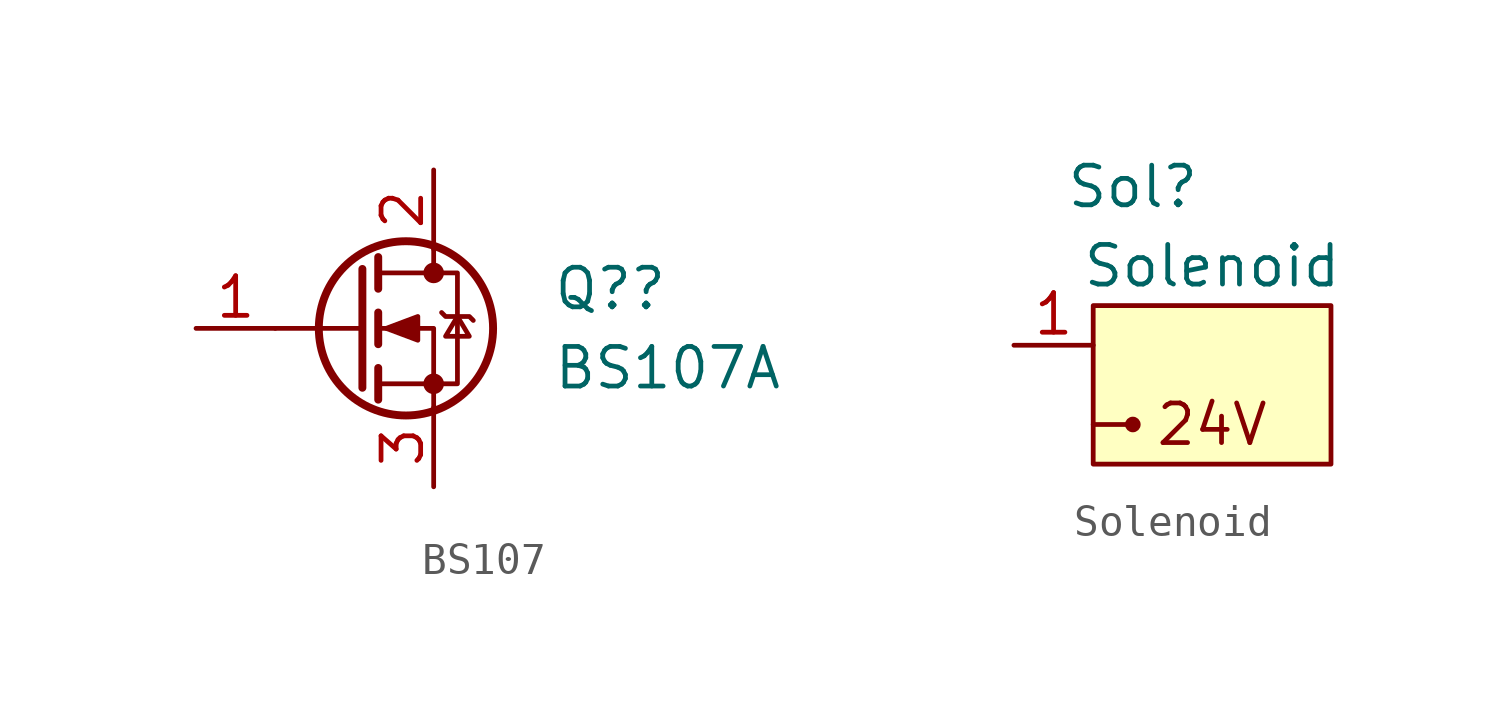
<source format=kicad_sym>
(kicad_symbol_lib
  (version 20211014)
  (generator kicad_symbol_editor)
  (symbol "BS107"
    (pin_names hide)
    (property "Reference" "Q?"
      (at 6.35 1.27 0)
      (effects (font (size 1.27 1.27)) (justify left)))
    (property "Value" "BS107A"
      (at 6.35 -1.27 0)
      (effects (font (size 1.27 1.27)) (justify left)))
    (symbol "BS107_0_1"
      (polyline (pts (xy 0.254 0) (xy -2.54 0)) (stroke (width 0) (type default) (color 0 0 0 0)) (fill (type none)))
      (polyline (pts (xy 0.254 1.905) (xy 0.254 -1.905)) (stroke (width 0.254) (type default) (color 0 0 0 0)) (fill (type none)))
      (polyline (pts (xy 0.762 -1.27) (xy 0.762 -2.286)) (stroke (width 0.254) (type default) (color 0 0 0 0)) (fill (type none)))
      (polyline (pts (xy 0.762 0.508) (xy 0.762 -0.508)) (stroke (width 0.254) (type default) (color 0 0 0 0)) (fill (type none)))
      (polyline (pts (xy 0.762 2.286) (xy 0.762 1.27)) (stroke (width 0.254) (type default) (color 0 0 0 0)) (fill (type none)))
      (polyline (pts (xy 2.54 2.54) (xy 2.54 1.778)) (stroke (width 0) (type default) (color 0 0 0 0)) (fill (type none)))
      (polyline (pts (xy 2.54 -2.54) (xy 2.54 0) (xy 0.762 0)) (stroke (width 0) (type default) (color 0 0 0 0)) (fill (type none)))
      (polyline (pts (xy 0.762 -1.778) (xy 3.302 -1.778) (xy 3.302 1.778) (xy 0.762 1.778)) (stroke (width 0) (type default) (color 0 0 0 0)) (fill (type none)))
      (polyline (pts (xy 1.016 0) (xy 2.032 0.381) (xy 2.032 -0.381) (xy 1.016 0)) (stroke (width 0) (type default) (color 0 0 0 0)) (fill (type outline)))
      (polyline (pts (xy 2.794 0.508) (xy 2.921 0.381) (xy 3.683 0.381) (xy 3.81 0.254)) (stroke (width 0) (type default) (color 0 0 0 0)) (fill (type none)))
      (polyline (pts (xy 3.302 0.381) (xy 2.921 -0.254) (xy 3.683 -0.254) (xy 3.302 0.381)) (stroke (width 0) (type default) (color 0 0 0 0)) (fill (type none)))
      (circle (center 1.651 0) (radius 2.794) (stroke (width 0.254) (type default) (color 0 0 0 0)) (fill (type none)))
      (circle (center 2.54 -1.778) (radius 0.254) (stroke (width 0) (type default) (color 0 0 0 0)) (fill (type outline)))
      (circle (center 2.54 1.778) (radius 0.254) (stroke (width 0) (type default) (color 0 0 0 0)) (fill (type outline))))
    (symbol "BS107_1_1"
      (pin input line (at -5.08 0 0) (length 2.54) (name "G" (effects (font (size 1.27 1.27)))) (number "1" (effects (font (size 1.27 1.27)))))
      (pin passive line (at 2.54 5.08 270) (length 2.54) (name "D" (effects (font (size 1.27 1.27)))) (number "2" (effects (font (size 1.27 1.27)))))
      (pin passive line (at 2.54 -5.08 90) (length 2.54) (name "S" (effects (font (size 1.27 1.27)))) (number "3" (effects (font (size 1.27 1.27)))))))
  (symbol "Solenoid"
    (property "Reference" "Sol"
      (at -1.27 -2.54 0)
      (effects (font (size 1.27 1.27))))
    (property "Value" "Solenoid"
      (at 1.27 -5.08 0)
      (effects (font (size 1.27 1.27))))
    (symbol "Solenoid_0_0"
      (circle (center -1.27 -10.16) (radius 0.0001) (stroke (width 0.25) (type default) (color 0 0 0 0)) (fill (type none)))
      (polyline (pts (xy -2.54 -10.16) (xy -1.27 -10.16)) (stroke (width 0) (type default) (color 0 0 0 0)) (fill (type none)))
      (text "24V" (at 1.27 -10.16 0) (effects (font (size 1.27 1.27)))))
    (symbol "Solenoid_0_1"
      (rectangle (start -2.54 -6.35) (end 5.08 -11.43) (stroke (width 0) (type default) (color 0 0 0 0)) (fill (type background))))
    (symbol "Solenoid_1_1"
      (pin power_in line (at -5.08 -7.62 0) (length 2.54) (name "" (effects (font (size 1.27 1.27)))) (number "1" (effects (font (size 1.27 1.27))))))))
</source>
